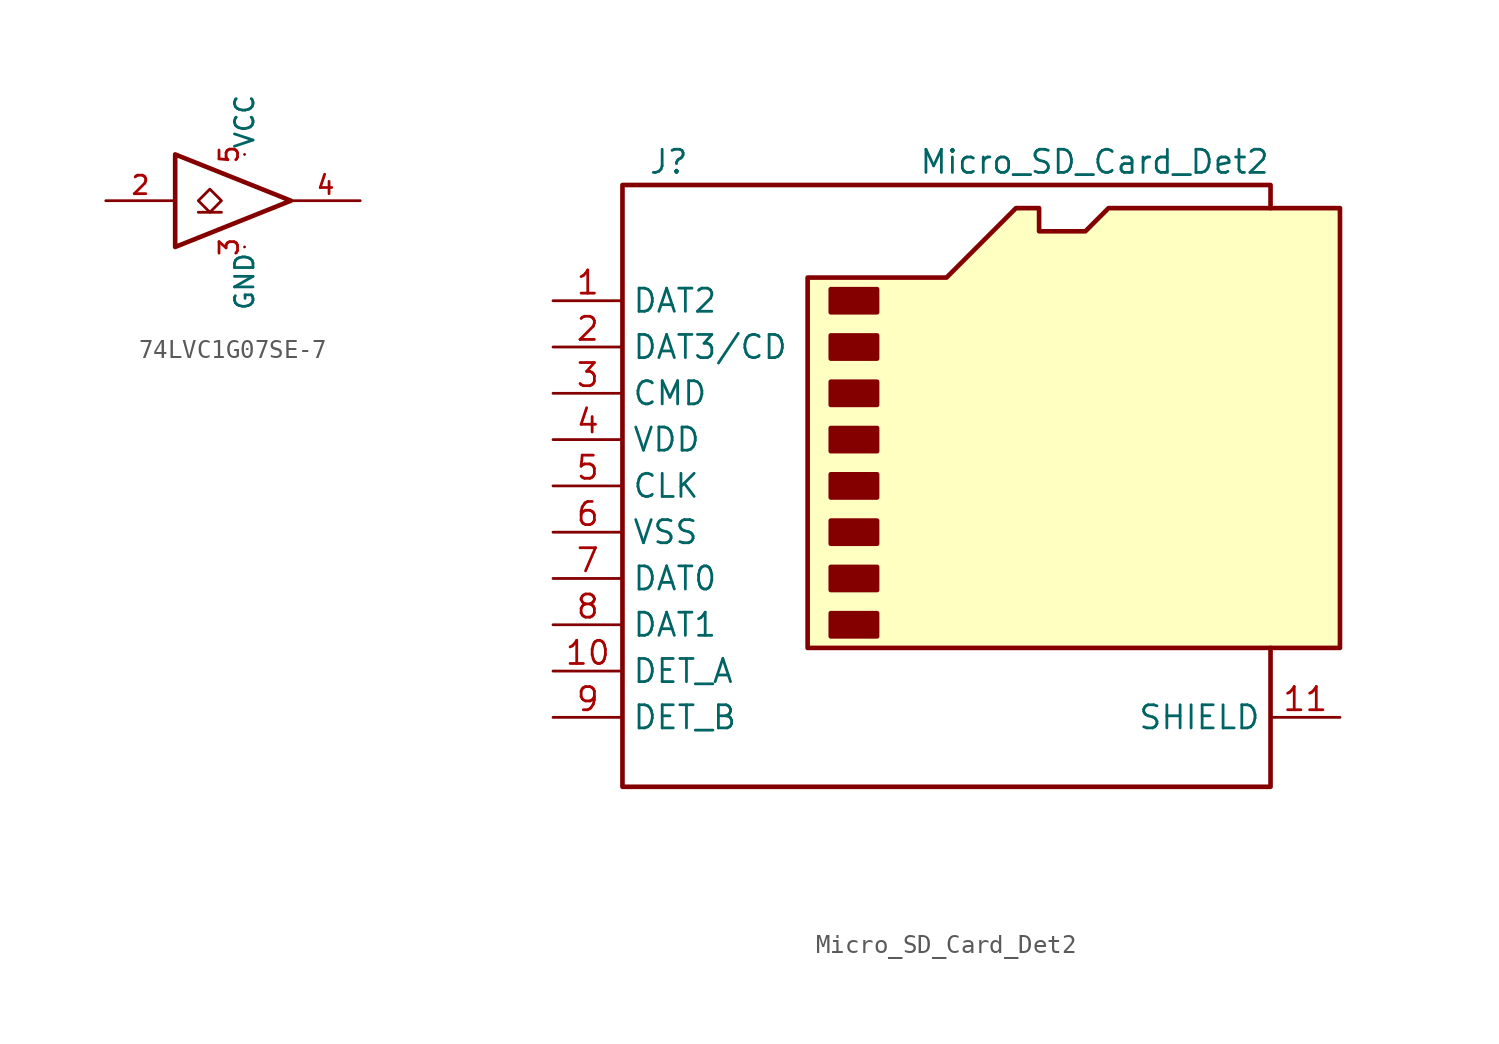
<source format=kicad_sym>
(kicad_symbol_lib
  (version 20241209)
  (generator "kicad_symbol_editor")
  (generator_version "9.0")
  (symbol "74LVC1G07SE-7"
    (pin_names
      (offset 0.254))
    (property "Reference" "U"
      (at 0 10.16 0)
      (effects (font (size 1.524 1.524)) (hide yes)))
    (symbol "74LVC1G07SE-7_0_1"
      (polyline (pts (xy -2.54 2.54) (xy -2.54 -2.54) (xy 3.81 0) (xy -2.54 2.54)) (stroke (width 0.254) (type default)) (fill (type none)))
      (polyline (pts (xy -1.27 -0.635) (xy 0 -0.635)) (stroke (width 0) (type default)) (fill (type none)))
      (polyline (pts (xy -0.635 0.635) (xy -1.27 0) (xy -0.635 -0.635) (xy 0 0) (xy -0.635 0.635)) (stroke (width 0) (type default)) (fill (type none))))
    (symbol "74LVC1G07SE-7_1_1"
      (pin no_connect line (at -6.35 2.54 0) (length 3.81) (hide yes) (name "NC" (effects (font (size 1.016 1.016)))) (number "1" (effects (font (size 1.016 1.016)))))
      (pin input line (at -6.35 0 0) (length 3.81) (name "~" (effects (font (size 1.016 1.016)))) (number "2" (effects (font (size 1.016 1.016)))))
      (pin power_in line (at 1.27 2.54 90) (length 0) (name "VCC" (effects (font (size 1.016 1.016)))) (number "5" (effects (font (size 1.016 1.016)))))
      (pin power_in line (at 1.27 -2.54 270) (length 0) (name "GND" (effects (font (size 1.016 1.016)))) (number "3" (effects (font (size 1.016 1.016)))))
      (pin open_collector line (at 7.62 0 180) (length 3.81) (name "~" (effects (font (size 1.016 1.016)))) (number "4" (effects (font (size 1.016 1.016)))))))
  (symbol "Micro_SD_Card_Det2"
    (property "Reference" "J"
      (at -16.51 17.78 0)
      (effects (font (size 1.27 1.27))))
    (property "Value" "Micro_SD_Card_Det2"
      (at 16.51 17.78 0)
      (effects (font (size 1.27 1.27)) (justify right)))
    (symbol "Micro_SD_Card_Det2_0_1"
      (polyline (pts (xy -8.89 -8.89) (xy -8.89 11.43) (xy -1.27 11.43) (xy 2.54 15.24) (xy 3.81 15.24) (xy 3.81 13.97) (xy 6.35 13.97) (xy 7.62 15.24) (xy 20.32 15.24) (xy 20.32 -8.89) (xy -8.89 -8.89)) (stroke (width 0.254) (type default)) (fill (type background)))
      (rectangle (start -7.62 10.795) (end -5.08 9.525) (stroke (width 0.254) (type default)) (fill (type outline)))
      (rectangle (start -7.62 8.255) (end -5.08 6.985) (stroke (width 0.254) (type default)) (fill (type outline)))
      (rectangle (start -7.62 5.715) (end -5.08 4.445) (stroke (width 0.254) (type default)) (fill (type outline)))
      (rectangle (start -7.62 3.175) (end -5.08 1.905) (stroke (width 0.254) (type default)) (fill (type outline)))
      (rectangle (start -7.62 0.635) (end -5.08 -0.635) (stroke (width 0.254) (type default)) (fill (type outline)))
      (rectangle (start -7.62 -1.905) (end -5.08 -3.175) (stroke (width 0.254) (type default)) (fill (type outline)))
      (rectangle (start -7.62 -4.445) (end -5.08 -5.715) (stroke (width 0.254) (type default)) (fill (type outline)))
      (rectangle (start -7.62 -6.985) (end -5.08 -8.255) (stroke (width 0.254) (type default)) (fill (type outline)))
      (polyline (pts (xy 16.51 15.24) (xy 16.51 16.51) (xy -19.05 16.51) (xy -19.05 -16.51) (xy 16.51 -16.51) (xy 16.51 -8.89)) (stroke (width 0.254) (type default)) (fill (type none))))
    (symbol "Micro_SD_Card_Det2_1_1"
      (pin bidirectional line (at -22.86 10.16 0) (length 3.81) (name "DAT2" (effects (font (size 1.27 1.27)))) (number "1" (effects (font (size 1.27 1.27)))))
      (pin bidirectional line (at -22.86 7.62 0) (length 3.81) (name "DAT3/CD" (effects (font (size 1.27 1.27)))) (number "2" (effects (font (size 1.27 1.27)))))
      (pin input line (at -22.86 5.08 0) (length 3.81) (name "CMD" (effects (font (size 1.27 1.27)))) (number "3" (effects (font (size 1.27 1.27)))))
      (pin power_in line (at -22.86 2.54 0) (length 3.81) (name "VDD" (effects (font (size 1.27 1.27)))) (number "4" (effects (font (size 1.27 1.27)))))
      (pin input line (at -22.86 0 0) (length 3.81) (name "CLK" (effects (font (size 1.27 1.27)))) (number "5" (effects (font (size 1.27 1.27)))))
      (pin power_in line (at -22.86 -2.54 0) (length 3.81) (name "VSS" (effects (font (size 1.27 1.27)))) (number "6" (effects (font (size 1.27 1.27)))))
      (pin bidirectional line (at -22.86 -5.08 0) (length 3.81) (name "DAT0" (effects (font (size 1.27 1.27)))) (number "7" (effects (font (size 1.27 1.27)))))
      (pin bidirectional line (at -22.86 -7.62 0) (length 3.81) (name "DAT1" (effects (font (size 1.27 1.27)))) (number "8" (effects (font (size 1.27 1.27)))))
      (pin passive line (at -22.86 -10.16 0) (length 3.81) (name "DET_A" (effects (font (size 1.27 1.27)))) (number "10" (effects (font (size 1.27 1.27)))))
      (pin passive line (at -22.86 -12.7 0) (length 3.81) (name "DET_B" (effects (font (size 1.27 1.27)))) (number "9" (effects (font (size 1.27 1.27)))))
      (pin no_connect line (at -8.89 -20.32 90) (length 3.81) (hide yes) (name "NC" (effects (font (size 1.27 1.27)))) (number "12" (effects (font (size 1.27 1.27)))))
      (pin no_connect line (at -6.35 -20.32 90) (length 3.81) (hide yes) (name "NC" (effects (font (size 1.27 1.27)))) (number "13" (effects (font (size 1.27 1.27)))))
      (pin no_connect line (at -3.81 -20.32 90) (length 3.81) (hide yes) (name "NC" (effects (font (size 1.27 1.27)))) (number "14" (effects (font (size 1.27 1.27)))))
      (pin passive line (at 20.32 -12.7 180) (length 3.81) (name "SHIELD" (effects (font (size 1.27 1.27)))) (number "11" (effects (font (size 1.27 1.27))))))))
</source>
